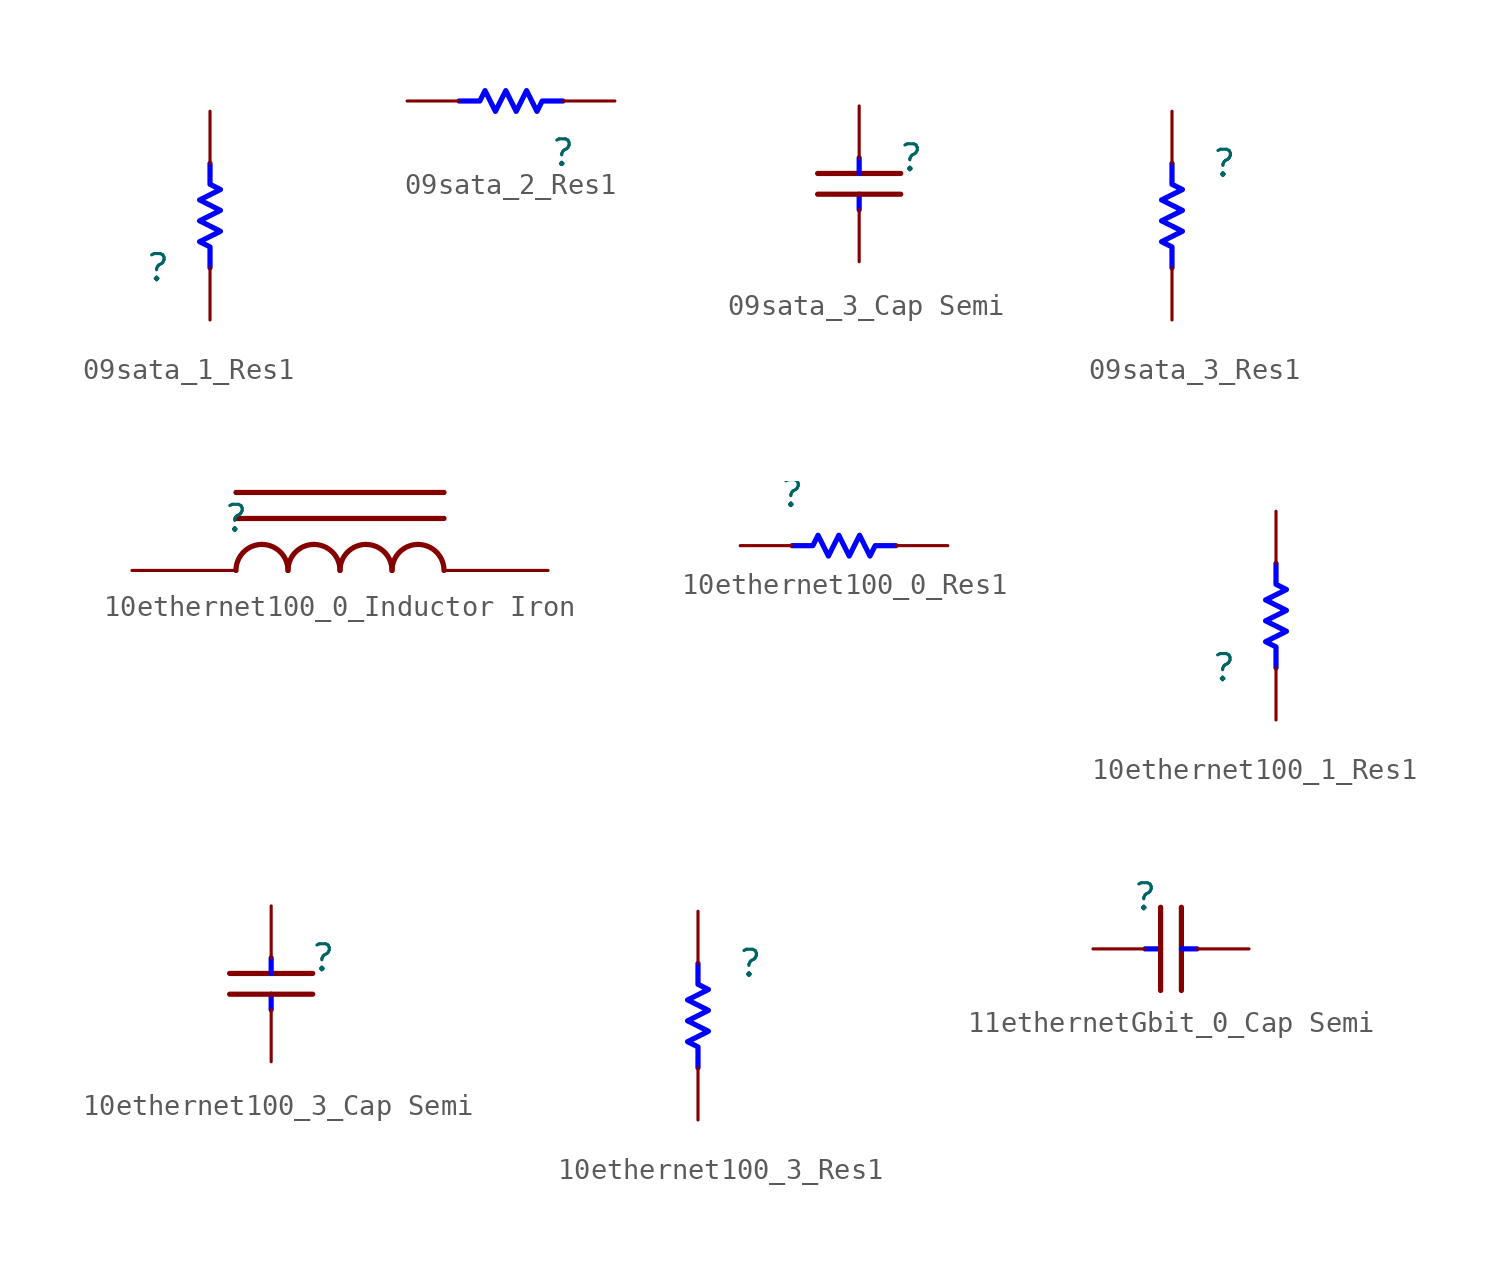
<source format=kicad_sym>
(kicad_symbol_lib
  (version 20220914)
  (generator kicad_symbol_editor)
  (symbol "09sata_1_Res1"
    (property "Reference" ""
      (at 0 0 0)
      (effects (font (size 1.27 1.27))))
    (property "Value" ""
      (at 0 0 0)
      (effects (font (size 1.27 1.27))))
    (symbol "09sata_1_Res1_1_0"
      (polyline (pts (xy 2.54 5.08) (xy 2.54 4.064) (xy 3.048 3.81) (xy 2.032 3.302) (xy 3.048 2.794) (xy 2.032 2.286) (xy 3.048 1.778) (xy 2.032 1.27) (xy 2.54 1.016) (xy 2.54 0)) (stroke (width 0.254) (type solid) (color 0 0 255 1)) (fill (type none)))
      (pin passive line (at 2.54 -2.54 90) (length 2.54) (name "1" (effects (font (size 0 0)))) (number "1" (effects (font (size 0 0)))))
      (pin passive line (at 2.54 7.62 270) (length 2.54) (name "2" (effects (font (size 0 0)))) (number "2" (effects (font (size 0 0)))))))
  (symbol "09sata_2_Res1"
    (property "Reference" ""
      (at 0 0 0)
      (effects (font (size 1.27 1.27))))
    (property "Value" ""
      (at 0 0 0)
      (effects (font (size 1.27 1.27))))
    (symbol "09sata_2_Res1_1_0"
      (polyline (pts (xy -5.08 2.54) (xy -4.064 2.54) (xy -3.81 3.048) (xy -3.302 2.032) (xy -2.794 3.048) (xy -2.286 2.032) (xy -1.778 3.048) (xy -1.27 2.032) (xy -1.016 2.54) (xy 0 2.54)) (stroke (width 0.254) (type solid) (color 0 0 255 1)) (fill (type none)))
      (pin passive line (at 2.54 2.54 180) (length 2.54) (name "1" (effects (font (size 0 0)))) (number "1" (effects (font (size 0 0)))))
      (pin passive line (at -7.62 2.54 0) (length 2.54) (name "2" (effects (font (size 0 0)))) (number "2" (effects (font (size 0 0)))))))
  (symbol "09sata_3_Cap Semi"
    (property "Reference" ""
      (at 0 0 0)
      (effects (font (size 1.27 1.27))))
    (property "Value" ""
      (at 0 0 0)
      (effects (font (size 1.27 1.27))))
    (symbol "09sata_3_Cap Semi_1_0"
      (polyline (pts (xy -4.572 -0.762) (xy -0.508 -0.762)) (stroke (width 0.254) (type solid)) (fill (type none)))
      (polyline (pts (xy -2.54 -2.54) (xy -2.54 -1.778)) (stroke (width 0.254) (type solid) (color 0 0 255 1)) (fill (type none)))
      (polyline (pts (xy -2.54 0) (xy -2.54 -0.762)) (stroke (width 0.254) (type solid) (color 0 0 255 1)) (fill (type none)))
      (polyline (pts (xy -0.508 -1.778) (xy -4.572 -1.778)) (stroke (width 0.254) (type solid)) (fill (type none)))
      (pin passive line (at -2.54 2.54 270) (length 2.54) (name "1" (effects (font (size 0 0)))) (number "1" (effects (font (size 0 0)))))
      (pin passive line (at -2.54 -5.08 90) (length 2.54) (name "2" (effects (font (size 0 0)))) (number "2" (effects (font (size 0 0)))))))
  (symbol "09sata_3_Res1"
    (property "Reference" ""
      (at 0 0 0)
      (effects (font (size 1.27 1.27))))
    (property "Value" ""
      (at 0 0 0)
      (effects (font (size 1.27 1.27))))
    (symbol "09sata_3_Res1_1_0"
      (polyline (pts (xy -2.54 -5.08) (xy -2.54 -4.064) (xy -3.048 -3.81) (xy -2.032 -3.302) (xy -3.048 -2.794) (xy -2.032 -2.286) (xy -3.048 -1.778) (xy -2.032 -1.27) (xy -2.54 -1.016) (xy -2.54 0)) (stroke (width 0.254) (type solid) (color 0 0 255 1)) (fill (type none)))
      (pin passive line (at -2.54 2.54 270) (length 2.54) (name "1" (effects (font (size 0 0)))) (number "1" (effects (font (size 0 0)))))
      (pin passive line (at -2.54 -7.62 90) (length 2.54) (name "2" (effects (font (size 0 0)))) (number "2" (effects (font (size 0 0)))))))
  (symbol "10ethernet100_0_Inductor Iron"
    (property "Reference" ""
      (at 0 0 0)
      (effects (font (size 1.27 1.27))))
    (property "Value" ""
      (at 0 0 0)
      (effects (font (size 1.27 1.27))))
    (symbol "10ethernet100_0_Inductor Iron_1_0"
      (polyline (pts (xy 0 0) (xy 10.16 0)) (stroke (width 0.254) (type solid)) (fill (type none)))
      (polyline (pts (xy 10.16 1.27) (xy 0 1.27)) (stroke (width 0.254) (type solid)) (fill (type none)))
      (arc (start 1.27 -1.27) (mid 0.372 -1.642) (end 0 -2.54) (stroke (width 0.254) (type solid)) (fill (type none)))
      (arc (start 2.54 -2.54) (mid 2.168 -1.642) (end 1.27 -1.27) (stroke (width 0.254) (type solid)) (fill (type none)))
      (arc (start 3.81 -1.27) (mid 2.912 -1.642) (end 2.54 -2.54) (stroke (width 0.254) (type solid)) (fill (type none)))
      (arc (start 5.08 -2.54) (mid 4.708 -1.642) (end 3.81 -1.27) (stroke (width 0.254) (type solid)) (fill (type none)))
      (arc (start 6.35 -1.27) (mid 5.452 -1.642) (end 5.08 -2.54) (stroke (width 0.254) (type solid)) (fill (type none)))
      (arc (start 7.62 -2.54) (mid 7.248 -1.642) (end 6.35 -1.27) (stroke (width 0.254) (type solid)) (fill (type none)))
      (arc (start 8.89 -1.27) (mid 7.992 -1.642) (end 7.62 -2.54) (stroke (width 0.254) (type solid)) (fill (type none)))
      (arc (start 10.16 -2.54) (mid 9.788 -1.642) (end 8.89 -1.27) (stroke (width 0.254) (type solid)) (fill (type none)))
      (pin passive line (at -5.08 -2.54 0) (length 5.08) (name "1" (effects (font (size 0 0)))) (number "1" (effects (font (size 0 0)))))
      (pin passive line (at 15.24 -2.54 180) (length 5.08) (name "2" (effects (font (size 0 0)))) (number "2" (effects (font (size 0 0)))))))
  (symbol "10ethernet100_0_Res1"
    (property "Reference" ""
      (at 0 0 0)
      (effects (font (size 1.27 1.27))))
    (property "Value" ""
      (at 0 0 0)
      (effects (font (size 1.27 1.27))))
    (symbol "10ethernet100_0_Res1_1_0"
      (polyline (pts (xy 5.08 -2.54) (xy 4.064 -2.54) (xy 3.81 -3.048) (xy 3.302 -2.032) (xy 2.794 -3.048) (xy 2.286 -2.032) (xy 1.778 -3.048) (xy 1.27 -2.032) (xy 1.016 -2.54) (xy 0 -2.54)) (stroke (width 0.254) (type solid) (color 0 0 255 1)) (fill (type none)))
      (pin passive line (at -2.54 -2.54 0) (length 2.54) (name "1" (effects (font (size 0 0)))) (number "1" (effects (font (size 0 0)))))
      (pin passive line (at 7.62 -2.54 180) (length 2.54) (name "2" (effects (font (size 0 0)))) (number "2" (effects (font (size 0 0)))))))
  (symbol "10ethernet100_1_Res1"
    (property "Reference" ""
      (at 0 0 0)
      (effects (font (size 1.27 1.27))))
    (property "Value" ""
      (at 0 0 0)
      (effects (font (size 1.27 1.27))))
    (symbol "10ethernet100_1_Res1_1_0"
      (polyline (pts (xy 2.54 5.08) (xy 2.54 4.064) (xy 3.048 3.81) (xy 2.032 3.302) (xy 3.048 2.794) (xy 2.032 2.286) (xy 3.048 1.778) (xy 2.032 1.27) (xy 2.54 1.016) (xy 2.54 0)) (stroke (width 0.254) (type solid) (color 0 0 255 1)) (fill (type none)))
      (pin passive line (at 2.54 -2.54 90) (length 2.54) (name "1" (effects (font (size 0 0)))) (number "1" (effects (font (size 0 0)))))
      (pin passive line (at 2.54 7.62 270) (length 2.54) (name "2" (effects (font (size 0 0)))) (number "2" (effects (font (size 0 0)))))))
  (symbol "10ethernet100_3_Cap Semi"
    (property "Reference" ""
      (at 0 0 0)
      (effects (font (size 1.27 1.27))))
    (property "Value" ""
      (at 0 0 0)
      (effects (font (size 1.27 1.27))))
    (symbol "10ethernet100_3_Cap Semi_1_0"
      (polyline (pts (xy -4.572 -0.762) (xy -0.508 -0.762)) (stroke (width 0.254) (type solid)) (fill (type none)))
      (polyline (pts (xy -2.54 -2.54) (xy -2.54 -1.778)) (stroke (width 0.254) (type solid) (color 0 0 255 1)) (fill (type none)))
      (polyline (pts (xy -2.54 0) (xy -2.54 -0.762)) (stroke (width 0.254) (type solid) (color 0 0 255 1)) (fill (type none)))
      (polyline (pts (xy -0.508 -1.778) (xy -4.572 -1.778)) (stroke (width 0.254) (type solid)) (fill (type none)))
      (pin passive line (at -2.54 2.54 270) (length 2.54) (name "1" (effects (font (size 0 0)))) (number "1" (effects (font (size 0 0)))))
      (pin passive line (at -2.54 -5.08 90) (length 2.54) (name "2" (effects (font (size 0 0)))) (number "2" (effects (font (size 0 0)))))))
  (symbol "10ethernet100_3_Res1"
    (property "Reference" ""
      (at 0 0 0)
      (effects (font (size 1.27 1.27))))
    (property "Value" ""
      (at 0 0 0)
      (effects (font (size 1.27 1.27))))
    (symbol "10ethernet100_3_Res1_1_0"
      (polyline (pts (xy -2.54 -5.08) (xy -2.54 -4.064) (xy -3.048 -3.81) (xy -2.032 -3.302) (xy -3.048 -2.794) (xy -2.032 -2.286) (xy -3.048 -1.778) (xy -2.032 -1.27) (xy -2.54 -1.016) (xy -2.54 0)) (stroke (width 0.254) (type solid) (color 0 0 255 1)) (fill (type none)))
      (pin passive line (at -2.54 2.54 270) (length 2.54) (name "1" (effects (font (size 0 0)))) (number "1" (effects (font (size 0 0)))))
      (pin passive line (at -2.54 -7.62 90) (length 2.54) (name "2" (effects (font (size 0 0)))) (number "2" (effects (font (size 0 0)))))))
  (symbol "11ethernetGbit_0_Cap Semi"
    (property "Reference" ""
      (at 0 0 0)
      (effects (font (size 1.27 1.27))))
    (property "Value" ""
      (at 0 0 0)
      (effects (font (size 1.27 1.27))))
    (symbol "11ethernetGbit_0_Cap Semi_1_0"
      (polyline (pts (xy 0 -2.54) (xy 0.762 -2.54)) (stroke (width 0.254) (type solid) (color 0 0 255 1)) (fill (type none)))
      (polyline (pts (xy 0.762 -4.572) (xy 0.762 -0.508)) (stroke (width 0.254) (type solid)) (fill (type none)))
      (polyline (pts (xy 1.778 -0.508) (xy 1.778 -4.572)) (stroke (width 0.254) (type solid)) (fill (type none)))
      (polyline (pts (xy 2.54 -2.54) (xy 1.778 -2.54)) (stroke (width 0.254) (type solid) (color 0 0 255 1)) (fill (type none)))
      (pin passive line (at -2.54 -2.54 0) (length 2.54) (name "1" (effects (font (size 0 0)))) (number "1" (effects (font (size 0 0)))))
      (pin passive line (at 5.08 -2.54 180) (length 2.54) (name "2" (effects (font (size 0 0)))) (number "2" (effects (font (size 0 0))))))))
</source>
